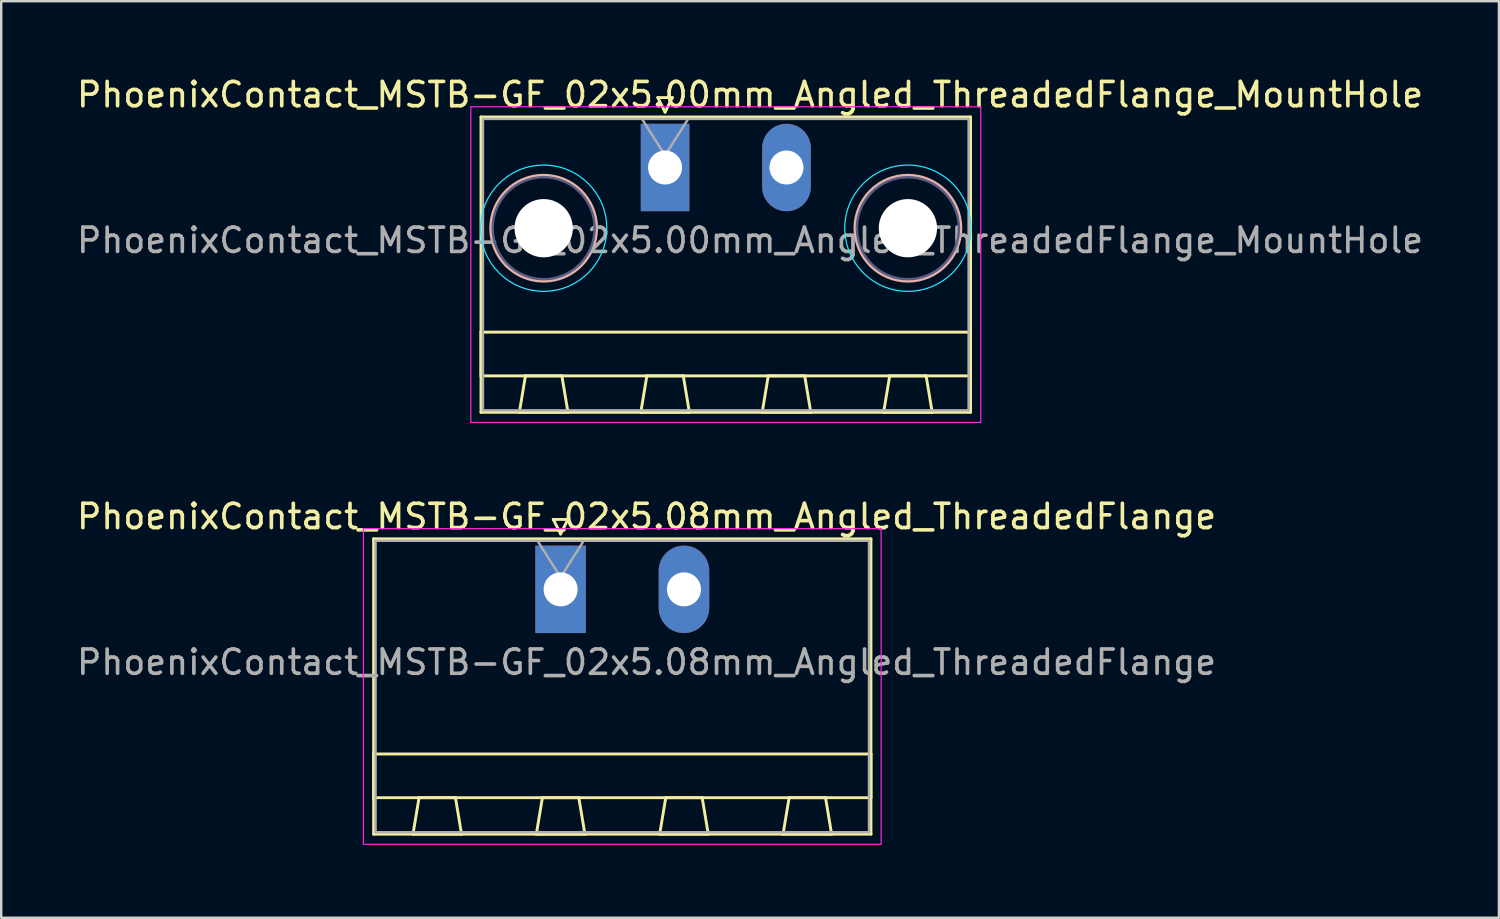
<source format=kicad_pcb>
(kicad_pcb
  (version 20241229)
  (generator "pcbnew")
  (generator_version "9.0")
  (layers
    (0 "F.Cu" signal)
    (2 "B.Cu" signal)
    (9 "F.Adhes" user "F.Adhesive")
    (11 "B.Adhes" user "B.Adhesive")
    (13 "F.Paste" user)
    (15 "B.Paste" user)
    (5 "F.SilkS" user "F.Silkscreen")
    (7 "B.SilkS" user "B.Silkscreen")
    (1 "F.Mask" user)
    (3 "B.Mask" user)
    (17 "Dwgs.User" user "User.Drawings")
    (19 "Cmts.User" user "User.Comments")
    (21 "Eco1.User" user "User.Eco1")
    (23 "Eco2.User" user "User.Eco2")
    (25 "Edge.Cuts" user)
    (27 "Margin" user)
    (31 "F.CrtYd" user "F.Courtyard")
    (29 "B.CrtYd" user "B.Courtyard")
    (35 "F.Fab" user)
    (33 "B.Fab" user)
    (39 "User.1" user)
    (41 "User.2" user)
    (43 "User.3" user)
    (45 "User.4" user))
  (footprint "PhoenixContact_MSTB-GF_02x5.08mm_Angled_ThreadedFlange"
    (layer "F.Cu")
    (at 20.037 21.221)
    (property "Reference" "PhoenixContact_MSTB-GF_02x5.08mm_Angled_ThreadedFlange" (at 3.54 -3 0) (layer "F.SilkS") (effects (font (size 1 1) (thickness 0.15))))
    (attr through_hole)
    (fp_line (start -7.7 -2.08) (end -7.7 10.08) (stroke (width 0.12) (type solid)) (layer "F.SilkS"))
    (fp_line (start -7.7 6.78) (end 12.78 6.78) (stroke (width 0.12) (type solid)) (layer "F.SilkS"))
    (fp_line (start -7.7 8.58) (end -7.7 6.78) (stroke (width 0.12) (type solid)) (layer "F.SilkS"))
    (fp_line (start -7.7 10.08) (end 12.78 10.08) (stroke (width 0.12) (type solid)) (layer "F.SilkS"))
    (fp_line (start -6.08 10.08) (end -4.08 10.08) (stroke (width 0.12) (type solid)) (layer "F.SilkS"))
    (fp_line (start -5.83 8.58) (end -6.08 10.08) (stroke (width 0.12) (type solid)) (layer "F.SilkS"))
    (fp_line (start -4.33 8.58) (end -5.83 8.58) (stroke (width 0.12) (type solid)) (layer "F.SilkS"))
    (fp_line (start -4.08 10.08) (end -4.33 8.58) (stroke (width 0.12) (type solid)) (layer "F.SilkS"))
    (fp_line (start -1 10.08) (end 1 10.08) (stroke (width 0.12) (type solid)) (layer "F.SilkS"))
    (fp_line (start -0.75 8.58) (end -1 10.08) (stroke (width 0.12) (type solid)) (layer "F.SilkS"))
    (fp_line (start -0.3 -2.88) (end 0.3 -2.88) (stroke (width 0.12) (type solid)) (layer "F.SilkS"))
    (fp_line (start 0 -2.28) (end -0.3 -2.88) (stroke (width 0.12) (type solid)) (layer "F.SilkS"))
    (fp_line (start 0.3 -2.88) (end 0 -2.28) (stroke (width 0.12) (type solid)) (layer "F.SilkS"))
    (fp_line (start 0.75 8.58) (end -0.75 8.58) (stroke (width 0.12) (type solid)) (layer "F.SilkS"))
    (fp_line (start 1 10.08) (end 0.75 8.58) (stroke (width 0.12) (type solid)) (layer "F.SilkS"))
    (fp_line (start 4.08 10.08) (end 6.08 10.08) (stroke (width 0.12) (type solid)) (layer "F.SilkS"))
    (fp_line (start 4.33 8.58) (end 4.08 10.08) (stroke (width 0.12) (type solid)) (layer "F.SilkS"))
    (fp_line (start 5.83 8.58) (end 4.33 8.58) (stroke (width 0.12) (type solid)) (layer "F.SilkS"))
    (fp_line (start 6.08 10.08) (end 5.83 8.58) (stroke (width 0.12) (type solid)) (layer "F.SilkS"))
    (fp_line (start 9.16 10.08) (end 11.16 10.08) (stroke (width 0.12) (type solid)) (layer "F.SilkS"))
    (fp_line (start 9.41 8.58) (end 9.16 10.08) (stroke (width 0.12) (type solid)) (layer "F.SilkS"))
    (fp_line (start 10.91 8.58) (end 9.41 8.58) (stroke (width 0.12) (type solid)) (layer "F.SilkS"))
    (fp_line (start 11.16 10.08) (end 10.91 8.58) (stroke (width 0.12) (type solid)) (layer "F.SilkS"))
    (fp_line (start 12.78 -2.08) (end -7.7 -2.08) (stroke (width 0.12) (type solid)) (layer "F.SilkS"))
    (fp_line (start 12.78 6.78) (end 12.78 8.58) (stroke (width 0.12) (type solid)) (layer "F.SilkS"))
    (fp_line (start 12.78 8.58) (end -7.7 8.58) (stroke (width 0.12) (type solid)) (layer "F.SilkS"))
    (fp_line (start 12.78 10.08) (end 12.78 -2.08) (stroke (width 0.12) (type solid)) (layer "F.SilkS"))
    (fp_line (start -8.12 -2.5) (end -8.12 10.5) (stroke (width 0.05) (type solid)) (layer "F.CrtYd"))
    (fp_line (start -8.12 10.5) (end 13.2 10.5) (stroke (width 0.05) (type solid)) (layer "F.CrtYd"))
    (fp_line (start 13.2 -2.5) (end -8.12 -2.5) (stroke (width 0.05) (type solid)) (layer "F.CrtYd"))
    (fp_line (start 13.2 10.5) (end 13.2 -2.5) (stroke (width 0.05) (type solid)) (layer "F.CrtYd"))
    (fp_line (start -7.62 -2) (end -7.62 10) (stroke (width 0.1) (type solid)) (layer "F.Fab"))
    (fp_line (start -7.62 10) (end 12.7 10) (stroke (width 0.1) (type solid)) (layer "F.Fab"))
    (fp_line (start 0 -0.5) (end -0.95 -2) (stroke (width 0.1) (type solid)) (layer "F.Fab"))
    (fp_line (start 0.95 -2) (end 0 -0.5) (stroke (width 0.1) (type solid)) (layer "F.Fab"))
    (fp_line (start 12.7 -2) (end -7.62 -2) (stroke (width 0.1) (type solid)) (layer "F.Fab"))
    (fp_line (start 12.7 10) (end 12.7 -2) (stroke (width 0.1) (type solid)) (layer "F.Fab"))
    (fp_text user "${REFERENCE}" (at 3.54 3 0) (layer "F.Fab") (effects (font (size 1 1) (thickness 0.15))))
    (pad "1" thru_hole rect (at 0 0) (size 2.08 3.6) (drill 1.4) (layers "*.Cu" "*.Mask"))
    (pad "2" thru_hole oval (at 5.08 0) (size 2.08 3.6) (drill 1.4) (layers "*.Cu" "*.Mask")))
  (footprint "PhoenixContact_MSTB-GF_02x5.00mm_Angled_ThreadedFlange_MountHole"
    (layer "F.Cu")
    (at 24.339 3.848)
    (property "Reference" "PhoenixContact_MSTB-GF_02x5.00mm_Angled_ThreadedFlange_MountHole" (at 3.5 -3 0) (layer "F.SilkS") (effects (font (size 1 1) (thickness 0.15))))
    (attr through_hole)
    (fp_line (start -7.58 -2.08) (end -7.58 10.08) (stroke (width 0.12) (type solid)) (layer "F.SilkS"))
    (fp_line (start -7.58 6.78) (end 12.58 6.78) (stroke (width 0.12) (type solid)) (layer "F.SilkS"))
    (fp_line (start -7.58 8.58) (end -7.58 6.78) (stroke (width 0.12) (type solid)) (layer "F.SilkS"))
    (fp_line (start -7.58 10.08) (end 12.58 10.08) (stroke (width 0.12) (type solid)) (layer "F.SilkS"))
    (fp_line (start -6 10.08) (end -4 10.08) (stroke (width 0.12) (type solid)) (layer "F.SilkS"))
    (fp_line (start -5.75 8.58) (end -6 10.08) (stroke (width 0.12) (type solid)) (layer "F.SilkS"))
    (fp_line (start -4.25 8.58) (end -5.75 8.58) (stroke (width 0.12) (type solid)) (layer "F.SilkS"))
    (fp_line (start -4 10.08) (end -4.25 8.58) (stroke (width 0.12) (type solid)) (layer "F.SilkS"))
    (fp_line (start -1 10.08) (end 1 10.08) (stroke (width 0.12) (type solid)) (layer "F.SilkS"))
    (fp_line (start -0.75 8.58) (end -1 10.08) (stroke (width 0.12) (type solid)) (layer "F.SilkS"))
    (fp_line (start -0.3 -2.88) (end 0.3 -2.88) (stroke (width 0.12) (type solid)) (layer "F.SilkS"))
    (fp_line (start 0 -2.28) (end -0.3 -2.88) (stroke (width 0.12) (type solid)) (layer "F.SilkS"))
    (fp_line (start 0.3 -2.88) (end 0 -2.28) (stroke (width 0.12) (type solid)) (layer "F.SilkS"))
    (fp_line (start 0.75 8.58) (end -0.75 8.58) (stroke (width 0.12) (type solid)) (layer "F.SilkS"))
    (fp_line (start 1 10.08) (end 0.75 8.58) (stroke (width 0.12) (type solid)) (layer "F.SilkS"))
    (fp_line (start 4 10.08) (end 6 10.08) (stroke (width 0.12) (type solid)) (layer "F.SilkS"))
    (fp_line (start 4.25 8.58) (end 4 10.08) (stroke (width 0.12) (type solid)) (layer "F.SilkS"))
    (fp_line (start 5.75 8.58) (end 4.25 8.58) (stroke (width 0.12) (type solid)) (layer "F.SilkS"))
    (fp_line (start 6 10.08) (end 5.75 8.58) (stroke (width 0.12) (type solid)) (layer "F.SilkS"))
    (fp_line (start 9 10.08) (end 11 10.08) (stroke (width 0.12) (type solid)) (layer "F.SilkS"))
    (fp_line (start 9.25 8.58) (end 9 10.08) (stroke (width 0.12) (type solid)) (layer "F.SilkS"))
    (fp_line (start 10.75 8.58) (end 9.25 8.58) (stroke (width 0.12) (type solid)) (layer "F.SilkS"))
    (fp_line (start 11 10.08) (end 10.75 8.58) (stroke (width 0.12) (type solid)) (layer "F.SilkS"))
    (fp_line (start 12.58 -2.08) (end -7.58 -2.08) (stroke (width 0.12) (type solid)) (layer "F.SilkS"))
    (fp_line (start 12.58 6.78) (end 12.58 8.58) (stroke (width 0.12) (type solid)) (layer "F.SilkS"))
    (fp_line (start 12.58 8.58) (end -7.58 8.58) (stroke (width 0.12) (type solid)) (layer "F.SilkS"))
    (fp_line (start 12.58 10.08) (end 12.58 -2.08) (stroke (width 0.12) (type solid)) (layer "F.SilkS"))
    (fp_circle (center -5 2.5) (end -2.82 2.5) (stroke (width 0.12) (type solid)) (fill no) (layer "B.SilkS"))
    (fp_circle (center 10 2.5) (end 12.18 2.5) (stroke (width 0.12) (type solid)) (fill no) (layer "B.SilkS"))
    (fp_circle (center -5 2.5) (end -2.4 2.5) (stroke (width 0.05) (type solid)) (fill no) (layer "B.CrtYd"))
    (fp_circle (center 10 2.5) (end 12.6 2.5) (stroke (width 0.05) (type solid)) (fill no) (layer "B.CrtYd"))
    (fp_line (start -8 -2.5) (end -8 10.5) (stroke (width 0.05) (type solid)) (layer "F.CrtYd"))
    (fp_line (start -8 10.5) (end 13 10.5) (stroke (width 0.05) (type solid)) (layer "F.CrtYd"))
    (fp_line (start 13 -2.5) (end -8 -2.5) (stroke (width 0.05) (type solid)) (layer "F.CrtYd"))
    (fp_line (start 13 10.5) (end 13 -2.5) (stroke (width 0.05) (type solid)) (layer "F.CrtYd"))
    (fp_circle (center -5 2.5) (end -2.9 2.5) (stroke (width 0.1) (type solid)) (fill no) (layer "B.Fab"))
    (fp_circle (center 10 2.5) (end 12.1 2.5) (stroke (width 0.1) (type solid)) (fill no) (layer "B.Fab"))
    (fp_line (start -7.5 -2) (end -7.5 10) (stroke (width 0.1) (type solid)) (layer "F.Fab"))
    (fp_line (start -7.5 10) (end 12.5 10) (stroke (width 0.1) (type solid)) (layer "F.Fab"))
    (fp_line (start 0 -0.5) (end -0.95 -2) (stroke (width 0.1) (type solid)) (layer "F.Fab"))
    (fp_line (start 0.95 -2) (end 0 -0.5) (stroke (width 0.1) (type solid)) (layer "F.Fab"))
    (fp_line (start 12.5 -2) (end -7.5 -2) (stroke (width 0.1) (type solid)) (layer "F.Fab"))
    (fp_line (start 12.5 10) (end 12.5 -2) (stroke (width 0.1) (type solid)) (layer "F.Fab"))
    (fp_text user "${REFERENCE}" (at 3.5 3 0) (layer "F.Fab") (effects (font (size 1 1) (thickness 0.15))))
    (pad "" np_thru_hole circle (at -5 2.5) (size 2.4 2.4) (drill 2.4) (layers "*.Cu" "*.Mask"))
    (pad "" np_thru_hole circle (at 10 2.5) (size 2.4 2.4) (drill 2.4) (layers "*.Cu" "*.Mask"))
    (pad "1" thru_hole rect (at 0 0) (size 2 3.6) (drill 1.4) (layers "*.Cu" "*.Mask"))
    (pad "2" thru_hole oval (at 5 0) (size 2 3.6) (drill 1.4) (layers "*.Cu" "*.Mask")))
  (gr_rect
    (start -3 -3)
    (end 58.679 34.746)
    (stroke (width 0.1) (type default))
    (fill no)
    (layer "Edge.Cuts")))
</source>
